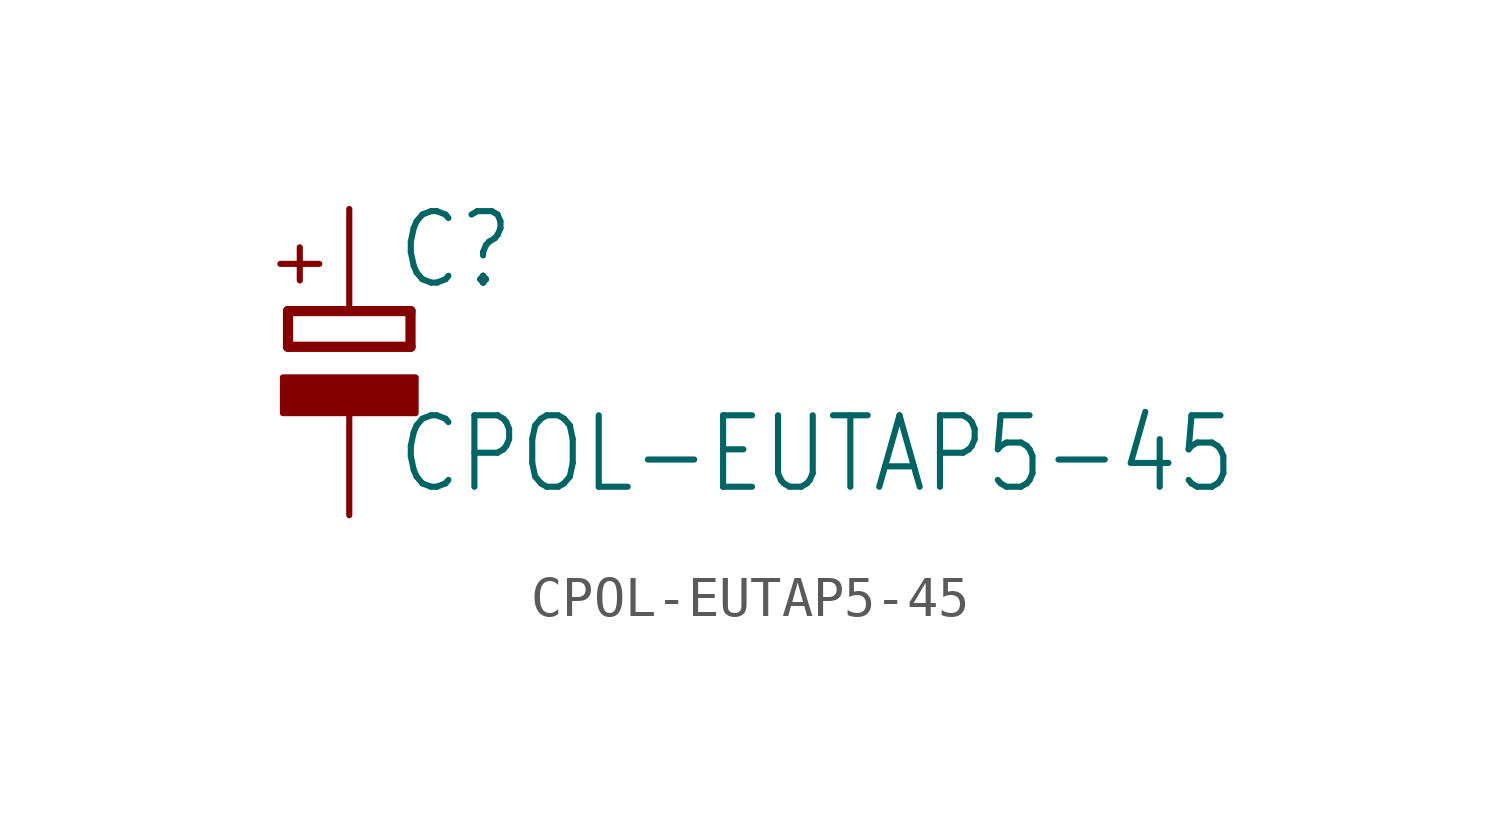
<source format=kicad_sym>
(kicad_symbol_lib
  (version 20220914)
  (generator kicad_symbol_editor)
  (symbol "CPOL-EUTAP5-45"
    (property "Reference" "C"
      (at 1.143 0.483 0)
      (effects (font (size 1.778 1.511)) (justify left bottom)))
    (property "Value" "CPOL-EUTAP5-45"
      (at 1.143 -4.597 0)
      (effects (font (size 1.778 1.511)) (justify left bottom)))
    (property "ki_locked" ""
      (at 0 0 0)
      (effects (font (size 1.27 1.27))))
    (symbol "CPOL-EUTAP5-45_1_0"
      (rectangle (start -1.651 -2.54) (end 1.651 -1.651) (stroke (width 0) (type default)) (fill (type outline)))
      (polyline (pts (xy -1.524 -0.889) (xy 1.524 -0.889)) (stroke (width 0.254) (type default)) (fill (type none)))
      (polyline (pts (xy -1.524 0) (xy -1.524 -0.889)) (stroke (width 0.254) (type default)) (fill (type none)))
      (polyline (pts (xy -1.524 0) (xy 1.524 0)) (stroke (width 0.254) (type default)) (fill (type none)))
      (polyline (pts (xy 1.524 -0.889) (xy 1.524 0)) (stroke (width 0.254) (type default)) (fill (type none)))
      (text "+" (at -0.584 0.406 900) (effects (font (size 1.27 1.079)) (justify left bottom)))
      (pin passive line (at 0 2.54 270) (length 2.54) (name "+" (effects (font (size 0 0)))) (number "+" (effects (font (size 0 0)))))
      (pin passive line (at 0 -5.08 90) (length 2.54) (name "-" (effects (font (size 0 0)))) (number "-" (effects (font (size 0 0))))))))
</source>
